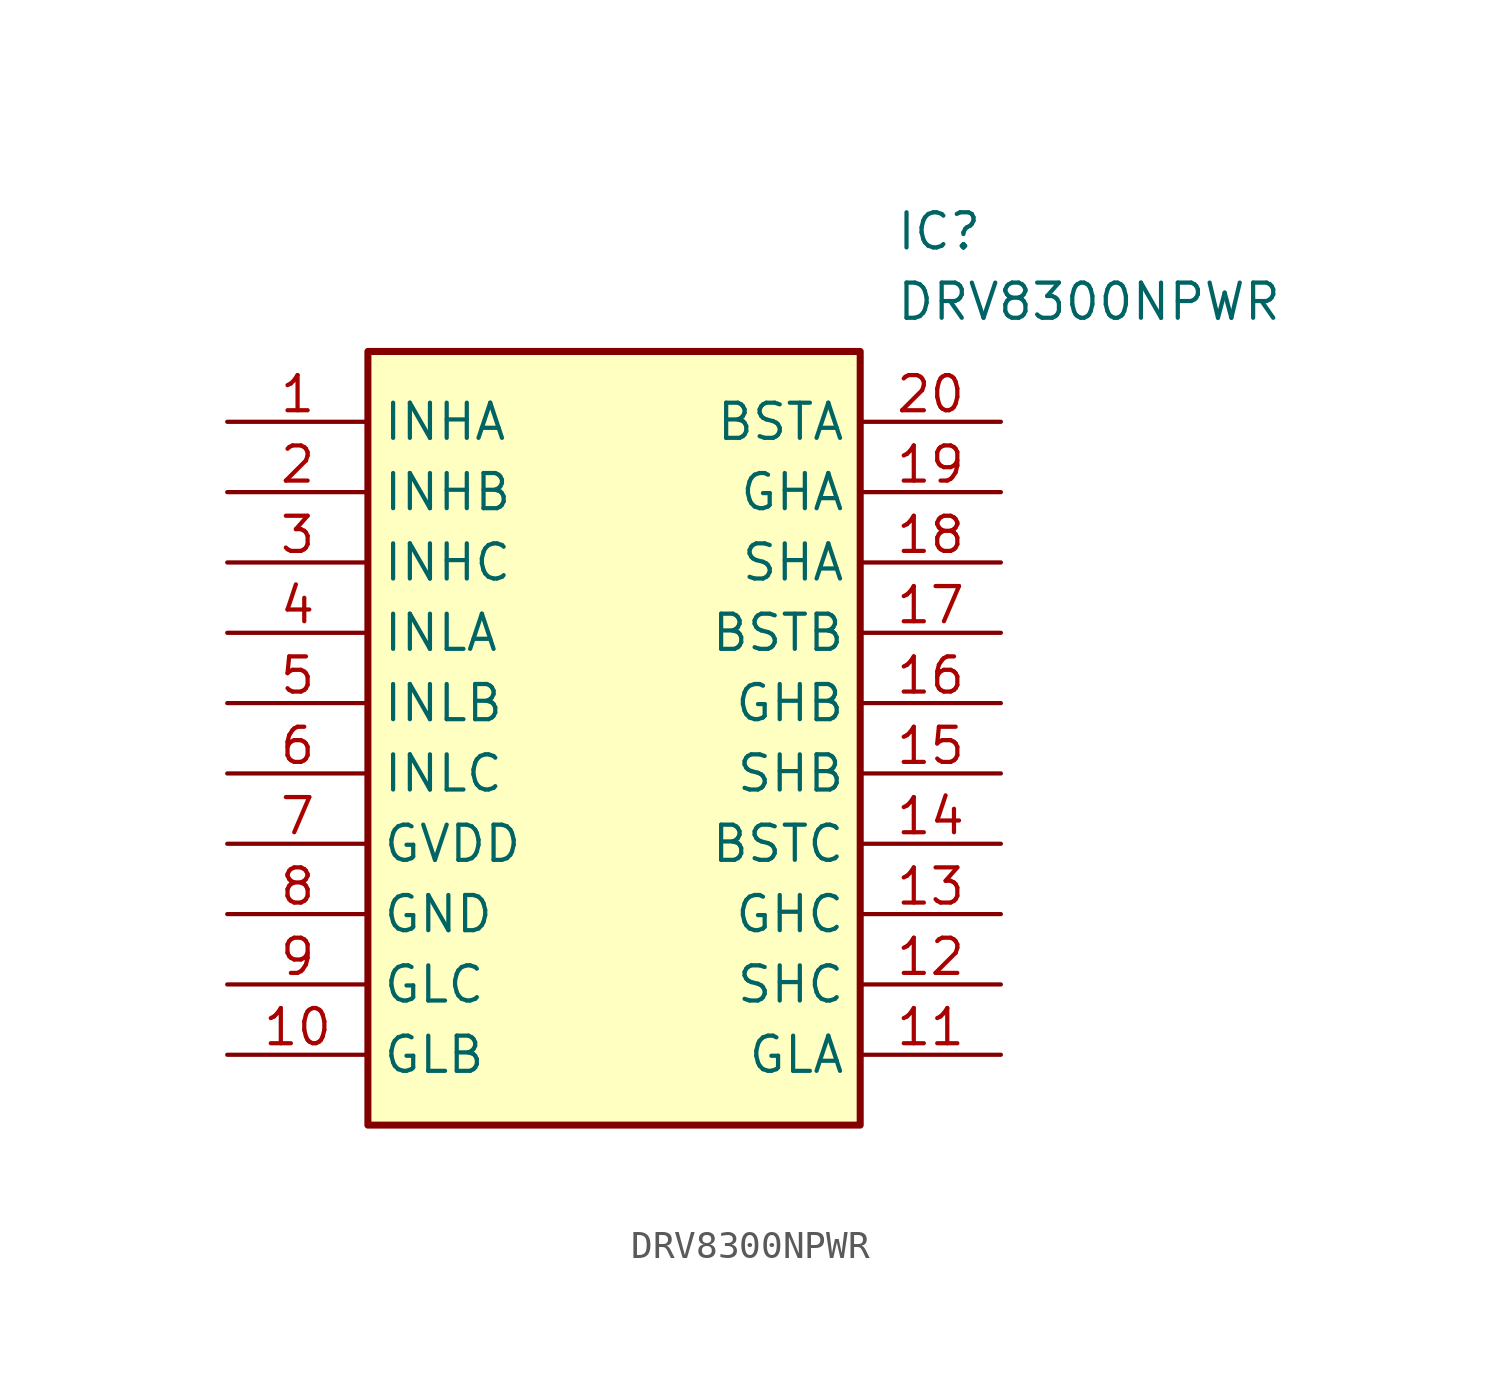
<source format=kicad_sym>
(kicad_symbol_lib
  (version 20211014)
  (generator SamacSys_ECAD_Model)
  (symbol "DRV8300NPWR"
    (property "Reference" "IC"
      (at 24.13 7.62 0)
      (effects (font (size 1.27 1.27)) (justify left top)))
    (property "Value" "DRV8300NPWR"
      (at 24.13 5.08 0)
      (effects (font (size 1.27 1.27)) (justify left top)))
    (rectangle
      (start 5.08 2.54)
      (end 22.86 -25.4)
      (stroke (width 0.254) (type default))
      (fill (type background)))
    (pin passive line
      (at 0 0 0)
      (length 5.08)
      (name "INHA" (effects (font (size 1.27 1.27))))
      (number "1" (effects (font (size 1.27 1.27)))))
    (pin passive line
      (at 0 -2.54 0)
      (length 5.08)
      (name "INHB" (effects (font (size 1.27 1.27))))
      (number "2" (effects (font (size 1.27 1.27)))))
    (pin passive line
      (at 0 -5.08 0)
      (length 5.08)
      (name "INHC" (effects (font (size 1.27 1.27))))
      (number "3" (effects (font (size 1.27 1.27)))))
    (pin passive line
      (at 0 -7.62 0)
      (length 5.08)
      (name "INLA" (effects (font (size 1.27 1.27))))
      (number "4" (effects (font (size 1.27 1.27)))))
    (pin passive line
      (at 0 -10.16 0)
      (length 5.08)
      (name "INLB" (effects (font (size 1.27 1.27))))
      (number "5" (effects (font (size 1.27 1.27)))))
    (pin passive line
      (at 0 -12.7 0)
      (length 5.08)
      (name "INLC" (effects (font (size 1.27 1.27))))
      (number "6" (effects (font (size 1.27 1.27)))))
    (pin passive line
      (at 0 -15.24 0)
      (length 5.08)
      (name "GVDD" (effects (font (size 1.27 1.27))))
      (number "7" (effects (font (size 1.27 1.27)))))
    (pin passive line
      (at 0 -17.78 0)
      (length 5.08)
      (name "GND" (effects (font (size 1.27 1.27))))
      (number "8" (effects (font (size 1.27 1.27)))))
    (pin passive line
      (at 0 -20.32 0)
      (length 5.08)
      (name "GLC" (effects (font (size 1.27 1.27))))
      (number "9" (effects (font (size 1.27 1.27)))))
    (pin passive line
      (at 0 -22.86 0)
      (length 5.08)
      (name "GLB" (effects (font (size 1.27 1.27))))
      (number "10" (effects (font (size 1.27 1.27)))))
    (pin passive line
      (at 27.94 0 180)
      (length 5.08)
      (name "BSTA" (effects (font (size 1.27 1.27))))
      (number "20" (effects (font (size 1.27 1.27)))))
    (pin passive line
      (at 27.94 -2.54 180)
      (length 5.08)
      (name "GHA" (effects (font (size 1.27 1.27))))
      (number "19" (effects (font (size 1.27 1.27)))))
    (pin passive line
      (at 27.94 -5.08 180)
      (length 5.08)
      (name "SHA" (effects (font (size 1.27 1.27))))
      (number "18" (effects (font (size 1.27 1.27)))))
    (pin passive line
      (at 27.94 -7.62 180)
      (length 5.08)
      (name "BSTB" (effects (font (size 1.27 1.27))))
      (number "17" (effects (font (size 1.27 1.27)))))
    (pin passive line
      (at 27.94 -10.16 180)
      (length 5.08)
      (name "GHB" (effects (font (size 1.27 1.27))))
      (number "16" (effects (font (size 1.27 1.27)))))
    (pin passive line
      (at 27.94 -12.7 180)
      (length 5.08)
      (name "SHB" (effects (font (size 1.27 1.27))))
      (number "15" (effects (font (size 1.27 1.27)))))
    (pin passive line
      (at 27.94 -15.24 180)
      (length 5.08)
      (name "BSTC" (effects (font (size 1.27 1.27))))
      (number "14" (effects (font (size 1.27 1.27)))))
    (pin passive line
      (at 27.94 -17.78 180)
      (length 5.08)
      (name "GHC" (effects (font (size 1.27 1.27))))
      (number "13" (effects (font (size 1.27 1.27)))))
    (pin passive line
      (at 27.94 -20.32 180)
      (length 5.08)
      (name "SHC" (effects (font (size 1.27 1.27))))
      (number "12" (effects (font (size 1.27 1.27)))))
    (pin passive line
      (at 27.94 -22.86 180)
      (length 5.08)
      (name "GLA" (effects (font (size 1.27 1.27))))
      (number "11" (effects (font (size 1.27 1.27)))))))
</source>
